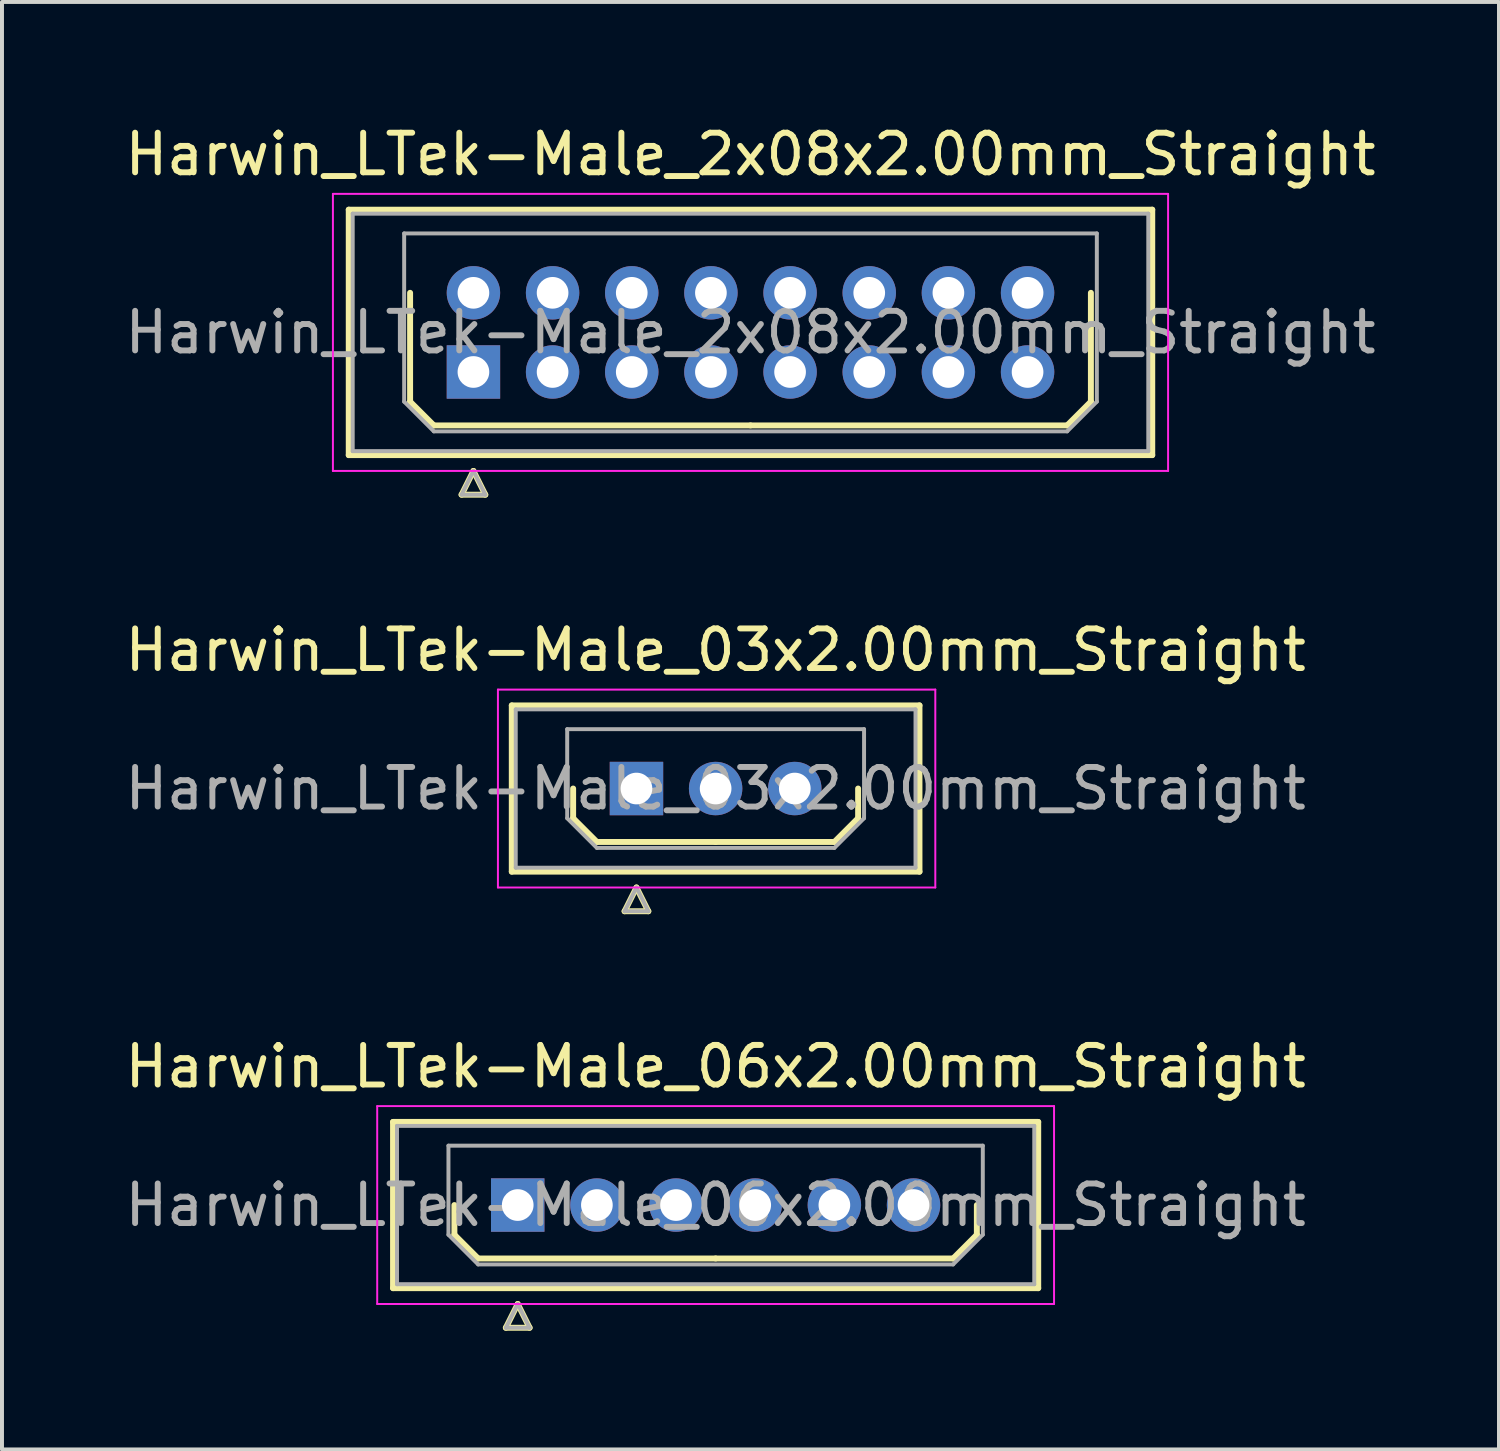
<source format=kicad_pcb>
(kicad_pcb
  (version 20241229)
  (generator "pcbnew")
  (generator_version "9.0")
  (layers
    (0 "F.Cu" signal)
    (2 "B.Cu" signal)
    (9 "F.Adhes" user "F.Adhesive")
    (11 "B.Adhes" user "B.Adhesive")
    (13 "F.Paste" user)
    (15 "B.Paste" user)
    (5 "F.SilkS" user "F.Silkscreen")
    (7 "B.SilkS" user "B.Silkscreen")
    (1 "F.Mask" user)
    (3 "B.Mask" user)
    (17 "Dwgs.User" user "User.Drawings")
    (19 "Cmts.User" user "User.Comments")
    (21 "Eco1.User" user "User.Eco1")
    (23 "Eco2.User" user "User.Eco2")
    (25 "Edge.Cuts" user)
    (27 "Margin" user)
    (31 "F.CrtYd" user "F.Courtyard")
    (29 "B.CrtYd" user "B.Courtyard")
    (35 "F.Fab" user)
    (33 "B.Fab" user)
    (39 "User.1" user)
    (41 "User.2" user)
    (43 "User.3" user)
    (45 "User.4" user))
  (footprint "Harwin_LTek-Male_2x08x2.00mm_Straight"
    (layer "F.Cu")
    (at 8.911 6.348)
    (property "Reference" "Harwin_LTek-Male_2x08x2.00mm_Straight" (at 7 -5.5 0) (layer "F.SilkS") (effects (font (size 1 1) (thickness 0.15))))
    (attr through_hole)
    (fp_line (start -3.15 -4.1) (end -3.15 2.1) (stroke (width 0.15) (type solid)) (layer "F.SilkS"))
    (fp_line (start -3.15 2.1) (end 17.15 2.1) (stroke (width 0.15) (type solid)) (layer "F.SilkS"))
    (fp_line (start -1.6 -2) (end -1.6 0.75) (stroke (width 0.15) (type solid)) (layer "F.SilkS"))
    (fp_line (start -1.6 0.75) (end -1 1.35) (stroke (width 0.15) (type solid)) (layer "F.SilkS"))
    (fp_line (start -1 1.35) (end 7 1.35) (stroke (width 0.15) (type solid)) (layer "F.SilkS"))
    (fp_line (start -0.3 3.1) (end 0.3 3.1) (stroke (width 0.15) (type solid)) (layer "F.SilkS"))
    (fp_line (start 0 2.5) (end -0.3 3.1) (stroke (width 0.15) (type solid)) (layer "F.SilkS"))
    (fp_line (start 0.3 3.1) (end 0 2.5) (stroke (width 0.15) (type solid)) (layer "F.SilkS"))
    (fp_line (start 15 1.35) (end 7 1.35) (stroke (width 0.15) (type solid)) (layer "F.SilkS"))
    (fp_line (start 15.6 -2) (end 15.6 0.75) (stroke (width 0.15) (type solid)) (layer "F.SilkS"))
    (fp_line (start 15.6 0.75) (end 15 1.35) (stroke (width 0.15) (type solid)) (layer "F.SilkS"))
    (fp_line (start 17.15 -4.1) (end -3.15 -4.1) (stroke (width 0.15) (type solid)) (layer "F.SilkS"))
    (fp_line (start 17.15 2.1) (end 17.15 -4.1) (stroke (width 0.15) (type solid)) (layer "F.SilkS"))
    (fp_line (start -3.55 -4.5) (end -3.55 2.5) (stroke (width 0.05) (type solid)) (layer "F.CrtYd"))
    (fp_line (start -3.55 2.5) (end 17.55 2.5) (stroke (width 0.05) (type solid)) (layer "F.CrtYd"))
    (fp_line (start 17.55 -4.5) (end -3.55 -4.5) (stroke (width 0.05) (type solid)) (layer "F.CrtYd"))
    (fp_line (start 17.55 2.5) (end 17.55 -4.5) (stroke (width 0.05) (type solid)) (layer "F.CrtYd"))
    (fp_line (start -3.05 -4) (end -3.05 2) (stroke (width 0.1) (type solid)) (layer "F.Fab"))
    (fp_line (start -3.05 2) (end 17.05 2) (stroke (width 0.1) (type solid)) (layer "F.Fab"))
    (fp_line (start -1.75 -3.5) (end 15.75 -3.5) (stroke (width 0.1) (type solid)) (layer "F.Fab"))
    (fp_line (start -1.75 0.75) (end -1.75 -3.5) (stroke (width 0.1) (type solid)) (layer "F.Fab"))
    (fp_line (start -1 1.5) (end -1.75 0.75) (stroke (width 0.1) (type solid)) (layer "F.Fab"))
    (fp_line (start -0.3 3.1) (end 0.3 3.1) (stroke (width 0.1) (type solid)) (layer "F.Fab"))
    (fp_line (start 0 2.5) (end -0.3 3.1) (stroke (width 0.1) (type solid)) (layer "F.Fab"))
    (fp_line (start 0.3 3.1) (end 0 2.5) (stroke (width 0.1) (type solid)) (layer "F.Fab"))
    (fp_line (start 15 1.5) (end -1 1.5) (stroke (width 0.1) (type solid)) (layer "F.Fab"))
    (fp_line (start 15.75 -3.5) (end 15.75 0.75) (stroke (width 0.1) (type solid)) (layer "F.Fab"))
    (fp_line (start 15.75 0.75) (end 15 1.5) (stroke (width 0.1) (type solid)) (layer "F.Fab"))
    (fp_line (start 17.05 -4) (end -3.05 -4) (stroke (width 0.1) (type solid)) (layer "F.Fab"))
    (fp_line (start 17.05 2) (end 17.05 -4) (stroke (width 0.1) (type solid)) (layer "F.Fab"))
    (fp_text user "${REFERENCE}" (at 7 -1 0) (layer "F.Fab") (effects (font (size 1 1) (thickness 0.15))))
    (pad "1" thru_hole rect (at 0 0) (size 1.35 1.35) (drill 0.8) (layers "*.Cu" "*.Mask"))
    (pad "2" thru_hole circle (at 2 0) (size 1.35 1.35) (drill 0.8) (layers "*.Cu" "*.Mask"))
    (pad "3" thru_hole circle (at 4 0) (size 1.35 1.35) (drill 0.8) (layers "*.Cu" "*.Mask"))
    (pad "4" thru_hole circle (at 6 0) (size 1.35 1.35) (drill 0.8) (layers "*.Cu" "*.Mask"))
    (pad "5" thru_hole circle (at 8 0) (size 1.35 1.35) (drill 0.8) (layers "*.Cu" "*.Mask"))
    (pad "6" thru_hole circle (at 10 0) (size 1.35 1.35) (drill 0.8) (layers "*.Cu" "*.Mask"))
    (pad "7" thru_hole circle (at 12 0) (size 1.35 1.35) (drill 0.8) (layers "*.Cu" "*.Mask"))
    (pad "8" thru_hole circle (at 14 0) (size 1.35 1.35) (drill 0.8) (layers "*.Cu" "*.Mask"))
    (pad "9" thru_hole circle (at 0 -2) (size 1.35 1.35) (drill 0.8) (layers "*.Cu" "*.Mask"))
    (pad "10" thru_hole circle (at 2 -2) (size 1.35 1.35) (drill 0.8) (layers "*.Cu" "*.Mask"))
    (pad "11" thru_hole circle (at 4 -2) (size 1.35 1.35) (drill 0.8) (layers "*.Cu" "*.Mask"))
    (pad "12" thru_hole circle (at 6 -2) (size 1.35 1.35) (drill 0.8) (layers "*.Cu" "*.Mask"))
    (pad "13" thru_hole circle (at 8 -2) (size 1.35 1.35) (drill 0.8) (layers "*.Cu" "*.Mask"))
    (pad "14" thru_hole circle (at 10 -2) (size 1.35 1.35) (drill 0.8) (layers "*.Cu" "*.Mask"))
    (pad "15" thru_hole circle (at 12 -2) (size 1.35 1.35) (drill 0.8) (layers "*.Cu" "*.Mask"))
    (pad "16" thru_hole circle (at 14 -2) (size 1.35 1.35) (drill 0.8) (layers "*.Cu" "*.Mask")))
  (footprint "Harwin_LTek-Male_03x2.00mm_Straight"
    (layer "F.Cu")
    (at 13.03 16.872)
    (property "Reference" "Harwin_LTek-Male_03x2.00mm_Straight" (at 2 -3.5 0) (layer "F.SilkS") (effects (font (size 1 1) (thickness 0.15))))
    (attr through_hole)
    (fp_line (start -3.15 -2.1) (end -3.15 2.1) (stroke (width 0.15) (type solid)) (layer "F.SilkS"))
    (fp_line (start -3.15 2.1) (end 7.15 2.1) (stroke (width 0.15) (type solid)) (layer "F.SilkS"))
    (fp_line (start -1.6 0) (end -1.6 0.75) (stroke (width 0.15) (type solid)) (layer "F.SilkS"))
    (fp_line (start -1.6 0.75) (end -1 1.35) (stroke (width 0.15) (type solid)) (layer "F.SilkS"))
    (fp_line (start -1 1.35) (end 2 1.35) (stroke (width 0.15) (type solid)) (layer "F.SilkS"))
    (fp_line (start -0.3 3.1) (end 0.3 3.1) (stroke (width 0.15) (type solid)) (layer "F.SilkS"))
    (fp_line (start 0 2.5) (end -0.3 3.1) (stroke (width 0.15) (type solid)) (layer "F.SilkS"))
    (fp_line (start 0.3 3.1) (end 0 2.5) (stroke (width 0.15) (type solid)) (layer "F.SilkS"))
    (fp_line (start 5 1.35) (end 2 1.35) (stroke (width 0.15) (type solid)) (layer "F.SilkS"))
    (fp_line (start 5.6 0) (end 5.6 0.75) (stroke (width 0.15) (type solid)) (layer "F.SilkS"))
    (fp_line (start 5.6 0.75) (end 5 1.35) (stroke (width 0.15) (type solid)) (layer "F.SilkS"))
    (fp_line (start 7.15 -2.1) (end -3.15 -2.1) (stroke (width 0.15) (type solid)) (layer "F.SilkS"))
    (fp_line (start 7.15 2.1) (end 7.15 -2.1) (stroke (width 0.15) (type solid)) (layer "F.SilkS"))
    (fp_line (start -3.5 -2.5) (end -3.5 2.5) (stroke (width 0.05) (type solid)) (layer "F.CrtYd"))
    (fp_line (start -3.5 2.5) (end 7.55 2.5) (stroke (width 0.05) (type solid)) (layer "F.CrtYd"))
    (fp_line (start 7.55 -2.5) (end -3.5 -2.5) (stroke (width 0.05) (type solid)) (layer "F.CrtYd"))
    (fp_line (start 7.55 2.5) (end 7.55 -2.5) (stroke (width 0.05) (type solid)) (layer "F.CrtYd"))
    (fp_line (start -3.05 -2) (end -3.05 2) (stroke (width 0.1) (type solid)) (layer "F.Fab"))
    (fp_line (start -3.05 2) (end 7.05 2) (stroke (width 0.1) (type solid)) (layer "F.Fab"))
    (fp_line (start -1.75 -1.5) (end 5.75 -1.5) (stroke (width 0.1) (type solid)) (layer "F.Fab"))
    (fp_line (start -1.75 0.75) (end -1.75 -1.5) (stroke (width 0.1) (type solid)) (layer "F.Fab"))
    (fp_line (start -1 1.5) (end -1.75 0.75) (stroke (width 0.1) (type solid)) (layer "F.Fab"))
    (fp_line (start -0.3 3.1) (end 0.3 3.1) (stroke (width 0.1) (type solid)) (layer "F.Fab"))
    (fp_line (start 0 2.5) (end -0.3 3.1) (stroke (width 0.1) (type solid)) (layer "F.Fab"))
    (fp_line (start 0.3 3.1) (end 0 2.5) (stroke (width 0.1) (type solid)) (layer "F.Fab"))
    (fp_line (start 5 1.5) (end -1 1.5) (stroke (width 0.1) (type solid)) (layer "F.Fab"))
    (fp_line (start 5.75 -1.5) (end 5.75 0.75) (stroke (width 0.1) (type solid)) (layer "F.Fab"))
    (fp_line (start 5.75 0.75) (end 5 1.5) (stroke (width 0.1) (type solid)) (layer "F.Fab"))
    (fp_line (start 7.05 -2) (end -3.05 -2) (stroke (width 0.1) (type solid)) (layer "F.Fab"))
    (fp_line (start 7.05 2) (end 7.05 -2) (stroke (width 0.1) (type solid)) (layer "F.Fab"))
    (fp_text user "${REFERENCE}" (at 2 0 0) (layer "F.Fab") (effects (font (size 1 1) (thickness 0.15))))
    (pad "1" thru_hole rect (at 0 0) (size 1.35 1.35) (drill 0.8) (layers "*.Cu" "*.Mask"))
    (pad "2" thru_hole circle (at 2 0) (size 1.35 1.35) (drill 0.8) (layers "*.Cu" "*.Mask"))
    (pad "3" thru_hole circle (at 4 0) (size 1.35 1.35) (drill 0.8) (layers "*.Cu" "*.Mask")))
  (footprint "Harwin_LTek-Male_06x2.00mm_Straight"
    (layer "F.Cu")
    (at 10.03 27.395)
    (property "Reference" "Harwin_LTek-Male_06x2.00mm_Straight" (at 5 -3.5 0) (layer "F.SilkS") (effects (font (size 1 1) (thickness 0.15))))
    (attr through_hole)
    (fp_line (start -3.15 -2.1) (end -3.15 2.1) (stroke (width 0.15) (type solid)) (layer "F.SilkS"))
    (fp_line (start -3.15 2.1) (end 13.15 2.1) (stroke (width 0.15) (type solid)) (layer "F.SilkS"))
    (fp_line (start -1.6 0) (end -1.6 0.75) (stroke (width 0.15) (type solid)) (layer "F.SilkS"))
    (fp_line (start -1.6 0.75) (end -1 1.35) (stroke (width 0.15) (type solid)) (layer "F.SilkS"))
    (fp_line (start -1 1.35) (end 5 1.35) (stroke (width 0.15) (type solid)) (layer "F.SilkS"))
    (fp_line (start -0.3 3.1) (end 0.3 3.1) (stroke (width 0.15) (type solid)) (layer "F.SilkS"))
    (fp_line (start 0 2.5) (end -0.3 3.1) (stroke (width 0.15) (type solid)) (layer "F.SilkS"))
    (fp_line (start 0.3 3.1) (end 0 2.5) (stroke (width 0.15) (type solid)) (layer "F.SilkS"))
    (fp_line (start 11 1.35) (end 5 1.35) (stroke (width 0.15) (type solid)) (layer "F.SilkS"))
    (fp_line (start 11.6 0) (end 11.6 0.75) (stroke (width 0.15) (type solid)) (layer "F.SilkS"))
    (fp_line (start 11.6 0.75) (end 11 1.35) (stroke (width 0.15) (type solid)) (layer "F.SilkS"))
    (fp_line (start 13.15 -2.1) (end -3.15 -2.1) (stroke (width 0.15) (type solid)) (layer "F.SilkS"))
    (fp_line (start 13.15 2.1) (end 13.15 -2.1) (stroke (width 0.15) (type solid)) (layer "F.SilkS"))
    (fp_line (start -3.55 -2.5) (end -3.55 2.5) (stroke (width 0.05) (type solid)) (layer "F.CrtYd"))
    (fp_line (start -3.55 2.5) (end 13.55 2.5) (stroke (width 0.05) (type solid)) (layer "F.CrtYd"))
    (fp_line (start 13.55 -2.5) (end -3.55 -2.5) (stroke (width 0.05) (type solid)) (layer "F.CrtYd"))
    (fp_line (start 13.55 2.5) (end 13.55 -2.5) (stroke (width 0.05) (type solid)) (layer "F.CrtYd"))
    (fp_line (start -3.05 -2) (end -3.05 2) (stroke (width 0.1) (type solid)) (layer "F.Fab"))
    (fp_line (start -3.05 2) (end 13.05 2) (stroke (width 0.1) (type solid)) (layer "F.Fab"))
    (fp_line (start -1.75 -1.5) (end 11.75 -1.5) (stroke (width 0.1) (type solid)) (layer "F.Fab"))
    (fp_line (start -1.75 0.75) (end -1.75 -1.5) (stroke (width 0.1) (type solid)) (layer "F.Fab"))
    (fp_line (start -1 1.5) (end -1.75 0.75) (stroke (width 0.1) (type solid)) (layer "F.Fab"))
    (fp_line (start -0.3 3.1) (end 0.3 3.1) (stroke (width 0.1) (type solid)) (layer "F.Fab"))
    (fp_line (start 0 2.5) (end -0.3 3.1) (stroke (width 0.1) (type solid)) (layer "F.Fab"))
    (fp_line (start 0.3 3.1) (end 0 2.5) (stroke (width 0.1) (type solid)) (layer "F.Fab"))
    (fp_line (start 11 1.5) (end -1 1.5) (stroke (width 0.1) (type solid)) (layer "F.Fab"))
    (fp_line (start 11.75 -1.5) (end 11.75 0.75) (stroke (width 0.1) (type solid)) (layer "F.Fab"))
    (fp_line (start 11.75 0.75) (end 11 1.5) (stroke (width 0.1) (type solid)) (layer "F.Fab"))
    (fp_line (start 13.05 -2) (end -3.05 -2) (stroke (width 0.1) (type solid)) (layer "F.Fab"))
    (fp_line (start 13.05 2) (end 13.05 -2) (stroke (width 0.1) (type solid)) (layer "F.Fab"))
    (fp_text user "${REFERENCE}" (at 5 0 0) (layer "F.Fab") (effects (font (size 1 1) (thickness 0.15))))
    (pad "1" thru_hole rect (at 0 0) (size 1.35 1.35) (drill 0.8) (layers "*.Cu" "*.Mask"))
    (pad "2" thru_hole circle (at 2 0) (size 1.35 1.35) (drill 0.8) (layers "*.Cu" "*.Mask"))
    (pad "3" thru_hole circle (at 4 0) (size 1.35 1.35) (drill 0.8) (layers "*.Cu" "*.Mask"))
    (pad "4" thru_hole circle (at 6 0) (size 1.35 1.35) (drill 0.8) (layers "*.Cu" "*.Mask"))
    (pad "5" thru_hole circle (at 8 0) (size 1.35 1.35) (drill 0.8) (layers "*.Cu" "*.Mask"))
    (pad "6" thru_hole circle (at 10 0) (size 1.35 1.35) (drill 0.8) (layers "*.Cu" "*.Mask")))
  (gr_rect
    (start -3 -3)
    (end 34.821 33.57)
    (stroke (width 0.1) (type default))
    (fill no)
    (layer "Edge.Cuts")))
</source>
